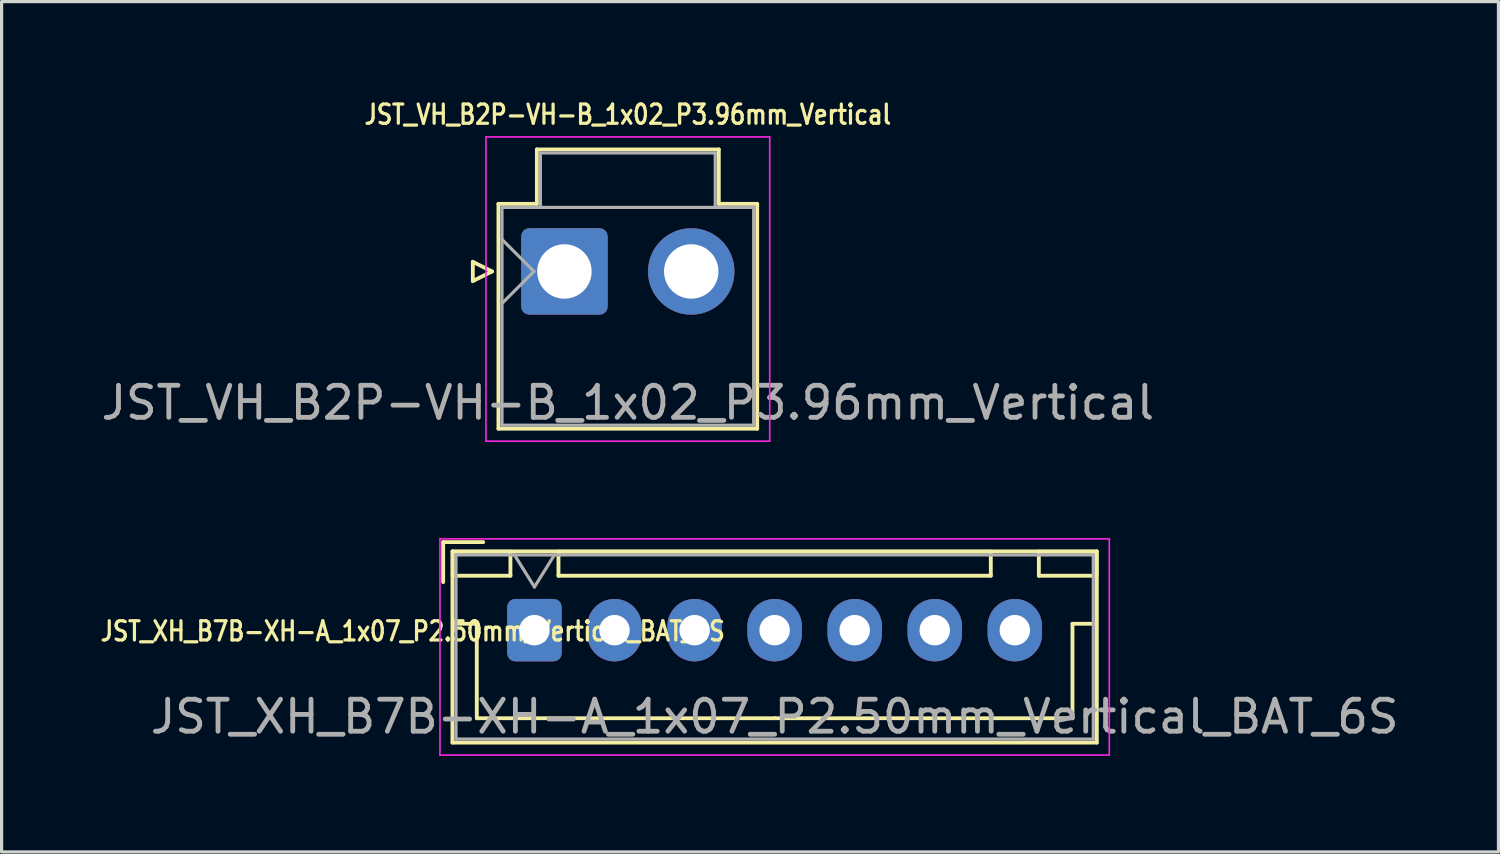
<source format=kicad_pcb>
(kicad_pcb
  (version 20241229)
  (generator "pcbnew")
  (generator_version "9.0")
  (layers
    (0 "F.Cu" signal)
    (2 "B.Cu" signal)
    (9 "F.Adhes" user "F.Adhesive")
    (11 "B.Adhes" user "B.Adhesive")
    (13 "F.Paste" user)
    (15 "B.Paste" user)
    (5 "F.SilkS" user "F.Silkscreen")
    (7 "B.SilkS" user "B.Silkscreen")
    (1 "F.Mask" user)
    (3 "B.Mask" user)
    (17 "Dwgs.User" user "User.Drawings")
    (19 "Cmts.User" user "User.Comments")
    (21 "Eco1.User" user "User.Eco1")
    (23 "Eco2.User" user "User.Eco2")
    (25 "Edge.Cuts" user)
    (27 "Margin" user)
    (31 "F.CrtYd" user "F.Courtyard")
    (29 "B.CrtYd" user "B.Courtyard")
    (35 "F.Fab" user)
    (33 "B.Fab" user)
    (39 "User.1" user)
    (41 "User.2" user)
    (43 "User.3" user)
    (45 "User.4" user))
  (footprint "JST_VH_B2P-VH-B_1x02_P3.96mm_Vertical"
    (layer "F.Cu")
    (at 14.574 5.426)
    (property "Reference" "JST_VH_B2P-VH-B_1x02_P3.96mm_Vertical" (at 1.98 -4.9 0) (layer "F.SilkS") (effects (font (size 0.6 0.5) (thickness 0.1))))
    (attr through_hole)
    (fp_line (start -2.86 -0.3) (end -2.26 0) (stroke (width 0.12) (type solid)) (layer "F.SilkS"))
    (fp_line (start -2.86 0.3) (end -2.86 -0.3) (stroke (width 0.12) (type solid)) (layer "F.SilkS"))
    (fp_line (start -2.26 0) (end -2.86 0.3) (stroke (width 0.12) (type solid)) (layer "F.SilkS"))
    (fp_line (start -2.06 -2.11) (end -0.86 -2.11) (stroke (width 0.12) (type solid)) (layer "F.SilkS"))
    (fp_line (start -2.06 4.91) (end -2.06 -2.11) (stroke (width 0.12) (type solid)) (layer "F.SilkS"))
    (fp_line (start -0.86 -3.81) (end 4.82 -3.81) (stroke (width 0.12) (type solid)) (layer "F.SilkS"))
    (fp_line (start -0.86 -2.11) (end -0.86 -3.81) (stroke (width 0.12) (type solid)) (layer "F.SilkS"))
    (fp_line (start 4.82 -3.81) (end 4.82 -2.11) (stroke (width 0.12) (type solid)) (layer "F.SilkS"))
    (fp_line (start 4.82 -2.11) (end 6.02 -2.11) (stroke (width 0.12) (type solid)) (layer "F.SilkS"))
    (fp_line (start 6.02 -2.11) (end 6.02 4.91) (stroke (width 0.12) (type solid)) (layer "F.SilkS"))
    (fp_line (start 6.02 4.91) (end -2.06 4.91) (stroke (width 0.12) (type solid)) (layer "F.SilkS"))
    (fp_line (start -2.45 -4.2) (end -2.45 5.3) (stroke (width 0.05) (type solid)) (layer "F.CrtYd"))
    (fp_line (start -2.45 5.3) (end 6.41 5.3) (stroke (width 0.05) (type solid)) (layer "F.CrtYd"))
    (fp_line (start 6.41 -4.2) (end -2.45 -4.2) (stroke (width 0.05) (type solid)) (layer "F.CrtYd"))
    (fp_line (start 6.41 5.3) (end 6.41 -4.2) (stroke (width 0.05) (type solid)) (layer "F.CrtYd"))
    (fp_line (start -1.95 -2) (end -1.95 4.8) (stroke (width 0.1) (type solid)) (layer "F.Fab"))
    (fp_line (start -1.95 -1) (end -0.95 0) (stroke (width 0.1) (type solid)) (layer "F.Fab"))
    (fp_line (start -1.95 1) (end -0.95 0) (stroke (width 0.1) (type solid)) (layer "F.Fab"))
    (fp_line (start -1.95 4.8) (end 5.91 4.8) (stroke (width 0.1) (type solid)) (layer "F.Fab"))
    (fp_line (start -0.75 -3.7) (end 4.71 -3.7) (stroke (width 0.1) (type solid)) (layer "F.Fab"))
    (fp_line (start -0.75 -2) (end -0.75 -3.7) (stroke (width 0.1) (type solid)) (layer "F.Fab"))
    (fp_line (start 4.71 -3.7) (end 4.71 -2) (stroke (width 0.1) (type solid)) (layer "F.Fab"))
    (fp_line (start 5.91 -2) (end -1.95 -2) (stroke (width 0.1) (type solid)) (layer "F.Fab"))
    (fp_line (start 5.91 4.8) (end 5.91 -2) (stroke (width 0.1) (type solid)) (layer "F.Fab"))
    (fp_text user "${REFERENCE}" (at 1.98 4.1 0) (layer "F.Fab") (effects (font (size 1 1) (thickness 0.15))))
    (pad "1" thru_hole roundrect (at 0 0) (size 2.7 2.7) (drill 1.7) (layers "*.Cu" "*.Mask") (roundrect_rratio 0.093))
    (pad "2" thru_hole circle (at 3.96 0) (size 2.7 2.7) (drill 1.7) (layers "*.Cu" "*.Mask")))
  (footprint "JST_XH_B7B-XH-A_1x07_P2.50mm_Vertical_BAT_6S"
    (layer "F.Cu")
    (at 13.638 16.627)
    (property "Reference" "JST_XH_B7B-XH-A_1x07_P2.50mm_Vertical_BAT_6S" (at -3.8 0.033 0) (layer "F.SilkS") (effects (font (size 0.6 0.5) (thickness 0.1))))
    (attr through_hole)
    (fp_line (start -2.85 -2.75) (end -2.85 -1.5) (stroke (width 0.12) (type solid)) (layer "F.SilkS"))
    (fp_line (start -2.56 -2.46) (end -2.56 3.51) (stroke (width 0.12) (type solid)) (layer "F.SilkS"))
    (fp_line (start -2.56 3.51) (end 17.56 3.51) (stroke (width 0.12) (type solid)) (layer "F.SilkS"))
    (fp_line (start -2.55 -2.45) (end -2.55 -1.7) (stroke (width 0.12) (type solid)) (layer "F.SilkS"))
    (fp_line (start -2.55 -1.7) (end -0.75 -1.7) (stroke (width 0.12) (type solid)) (layer "F.SilkS"))
    (fp_line (start -2.55 -0.2) (end -1.8 -0.2) (stroke (width 0.12) (type solid)) (layer "F.SilkS"))
    (fp_line (start -1.8 -0.2) (end -1.8 2.75) (stroke (width 0.12) (type solid)) (layer "F.SilkS"))
    (fp_line (start -1.8 2.75) (end 7.5 2.75) (stroke (width 0.12) (type solid)) (layer "F.SilkS"))
    (fp_line (start -1.6 -2.75) (end -2.85 -2.75) (stroke (width 0.12) (type solid)) (layer "F.SilkS"))
    (fp_line (start -0.75 -2.45) (end -2.55 -2.45) (stroke (width 0.12) (type solid)) (layer "F.SilkS"))
    (fp_line (start -0.75 -1.7) (end -0.75 -2.45) (stroke (width 0.12) (type solid)) (layer "F.SilkS"))
    (fp_line (start 0.75 -2.45) (end 0.75 -1.7) (stroke (width 0.12) (type solid)) (layer "F.SilkS"))
    (fp_line (start 0.75 -1.7) (end 14.25 -1.7) (stroke (width 0.12) (type solid)) (layer "F.SilkS"))
    (fp_line (start 14.25 -2.45) (end 0.75 -2.45) (stroke (width 0.12) (type solid)) (layer "F.SilkS"))
    (fp_line (start 14.25 -1.7) (end 14.25 -2.45) (stroke (width 0.12) (type solid)) (layer "F.SilkS"))
    (fp_line (start 15.75 -2.45) (end 15.75 -1.7) (stroke (width 0.12) (type solid)) (layer "F.SilkS"))
    (fp_line (start 15.75 -1.7) (end 17.55 -1.7) (stroke (width 0.12) (type solid)) (layer "F.SilkS"))
    (fp_line (start 16.8 -0.2) (end 16.8 2.75) (stroke (width 0.12) (type solid)) (layer "F.SilkS"))
    (fp_line (start 16.8 2.75) (end 7.5 2.75) (stroke (width 0.12) (type solid)) (layer "F.SilkS"))
    (fp_line (start 17.55 -2.45) (end 15.75 -2.45) (stroke (width 0.12) (type solid)) (layer "F.SilkS"))
    (fp_line (start 17.55 -1.7) (end 17.55 -2.45) (stroke (width 0.12) (type solid)) (layer "F.SilkS"))
    (fp_line (start 17.55 -0.2) (end 16.8 -0.2) (stroke (width 0.12) (type solid)) (layer "F.SilkS"))
    (fp_line (start 17.56 -2.46) (end -2.56 -2.46) (stroke (width 0.12) (type solid)) (layer "F.SilkS"))
    (fp_line (start 17.56 3.51) (end 17.56 -2.46) (stroke (width 0.12) (type solid)) (layer "F.SilkS"))
    (fp_line (start -2.95 -2.85) (end -2.95 3.9) (stroke (width 0.05) (type solid)) (layer "F.CrtYd"))
    (fp_line (start -2.95 3.9) (end 17.95 3.9) (stroke (width 0.05) (type solid)) (layer "F.CrtYd"))
    (fp_line (start 17.95 -2.85) (end -2.95 -2.85) (stroke (width 0.05) (type solid)) (layer "F.CrtYd"))
    (fp_line (start 17.95 3.9) (end 17.95 -2.85) (stroke (width 0.05) (type solid)) (layer "F.CrtYd"))
    (fp_line (start -2.45 -2.35) (end -2.45 3.4) (stroke (width 0.1) (type solid)) (layer "F.Fab"))
    (fp_line (start -2.45 3.4) (end 17.45 3.4) (stroke (width 0.1) (type solid)) (layer "F.Fab"))
    (fp_line (start -0.625 -2.35) (end 0 -1.35) (stroke (width 0.1) (type solid)) (layer "F.Fab"))
    (fp_line (start 0 -1.35) (end 0.625 -2.35) (stroke (width 0.1) (type solid)) (layer "F.Fab"))
    (fp_line (start 17.45 -2.35) (end -2.45 -2.35) (stroke (width 0.1) (type solid)) (layer "F.Fab"))
    (fp_line (start 17.45 3.4) (end 17.45 -2.35) (stroke (width 0.1) (type solid)) (layer "F.Fab"))
    (fp_text user "${REFERENCE}" (at 7.5 2.7 0) (layer "F.Fab") (effects (font (size 1 1) (thickness 0.15))))
    (pad "0" thru_hole oval (at 15 0) (size 1.7 1.95) (drill 0.95) (layers "*.Cu" "*.Mask"))
    (pad "1" thru_hole oval (at 12.5 0) (size 1.7 1.95) (drill 0.95) (layers "*.Cu" "*.Mask"))
    (pad "2" thru_hole oval (at 10 0) (size 1.7 1.95) (drill 0.95) (layers "*.Cu" "*.Mask"))
    (pad "3" thru_hole oval (at 7.5 0) (size 1.7 1.95) (drill 0.95) (layers "*.Cu" "*.Mask"))
    (pad "4" thru_hole oval (at 5 0) (size 1.7 1.95) (drill 0.95) (layers "*.Cu" "*.Mask"))
    (pad "5" thru_hole oval (at 2.5 0) (size 1.7 1.95) (drill 0.95) (layers "*.Cu" "*.Mask"))
    (pad "6" thru_hole roundrect (at 0 0) (size 1.7 1.95) (drill 0.95) (layers "*.Cu" "*.Mask") (roundrect_rratio 0.147)))
  (gr_rect
    (start -3 -3)
    (end 43.739 23.552)
    (stroke (width 0.1) (type default))
    (fill no)
    (layer "Edge.Cuts")))
</source>
